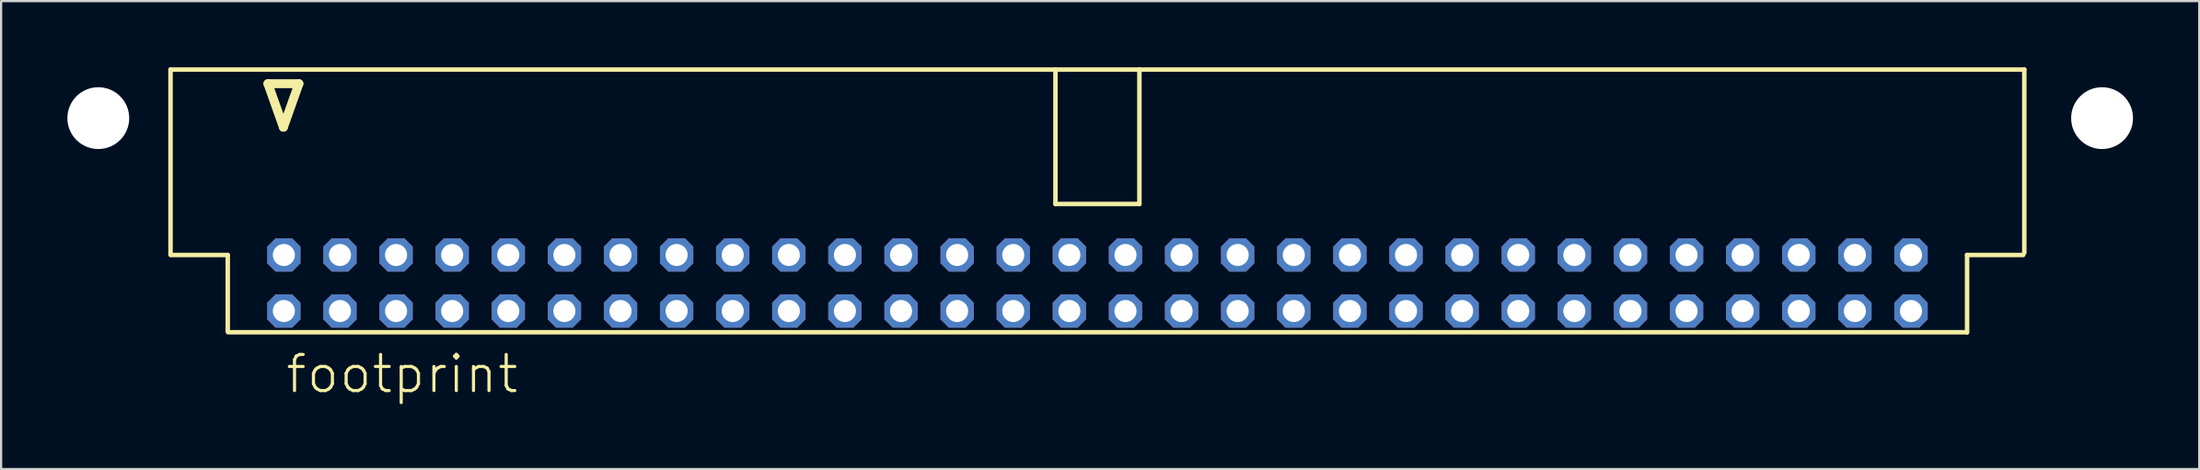
<source format=kicad_pcb>
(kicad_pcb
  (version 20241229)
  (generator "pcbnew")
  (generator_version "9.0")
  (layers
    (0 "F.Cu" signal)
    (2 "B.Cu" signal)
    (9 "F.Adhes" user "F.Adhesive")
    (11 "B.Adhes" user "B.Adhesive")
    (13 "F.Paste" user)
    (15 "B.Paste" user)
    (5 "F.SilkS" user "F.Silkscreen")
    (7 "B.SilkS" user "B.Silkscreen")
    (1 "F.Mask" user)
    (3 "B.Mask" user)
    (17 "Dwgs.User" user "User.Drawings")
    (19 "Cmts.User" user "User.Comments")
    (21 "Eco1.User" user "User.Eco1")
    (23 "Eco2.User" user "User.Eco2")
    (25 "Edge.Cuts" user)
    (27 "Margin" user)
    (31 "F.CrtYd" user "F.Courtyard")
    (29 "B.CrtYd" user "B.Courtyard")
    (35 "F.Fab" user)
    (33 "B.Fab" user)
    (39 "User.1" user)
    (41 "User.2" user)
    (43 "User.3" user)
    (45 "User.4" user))
  (footprint "footprint"
    (layer "F.Cu")
    (at 46.63 5.962)
    (property "Reference" "footprint" (at -36.83 8.89 0) (layer "F.SilkS") (effects (font (size 1.636 1.636) (thickness 0.142)) (justify left bottom)))
    (fp_line (start -41.96 -5.86) (end 41.96 -5.86) (stroke (width 0.203) (type solid)) (layer "F.SilkS"))
    (fp_line (start -41.96 2.54) (end -41.96 -5.86) (stroke (width 0.203) (type solid)) (layer "F.SilkS"))
    (fp_line (start -41.91 2.54) (end -39.37 2.54) (stroke (width 0.203) (type solid)) (layer "F.SilkS"))
    (fp_line (start -39.37 2.54) (end -39.37 5.98) (stroke (width 0.203) (type solid)) (layer "F.SilkS"))
    (fp_line (start -37.55 -5.22) (end -36.85 -3.25) (stroke (width 0.406) (type solid)) (layer "F.SilkS"))
    (fp_line (start -36.85 -3.25) (end -36.15 -5.22) (stroke (width 0.406) (type solid)) (layer "F.SilkS"))
    (fp_line (start -36.15 -5.22) (end -37.55 -5.22) (stroke (width 0.406) (type solid)) (layer "F.SilkS"))
    (fp_line (start -1.9 0.23) (end -1.9 -5.86) (stroke (width 0.203) (type solid)) (layer "F.SilkS"))
    (fp_line (start -1.9 0.23) (end 1.9 0.23) (stroke (width 0.203) (type solid)) (layer "F.SilkS"))
    (fp_line (start 1.9 0.23) (end 1.9 -5.86) (stroke (width 0.203) (type solid)) (layer "F.SilkS"))
    (fp_line (start 39.36 6.04) (end -39.36 6.04) (stroke (width 0.203) (type solid)) (layer "F.SilkS"))
    (fp_line (start 39.37 2.54) (end 39.37 6.05) (stroke (width 0.203) (type solid)) (layer "F.SilkS"))
    (fp_line (start 41.91 2.54) (end 39.37 2.54) (stroke (width 0.203) (type solid)) (layer "F.SilkS"))
    (fp_line (start 41.96 -5.86) (end 41.96 2.44) (stroke (width 0.203) (type solid)) (layer "F.SilkS"))
    (pad "" np_thru_hole circle (at -45.23 -3.66) (size 2.8 2.8) (drill 2.8) (layers "*.Cu" "*.Mask"))
    (pad "" np_thru_hole circle (at 45.48 -3.66) (size 2.8 2.8) (drill 2.8) (layers "*.Cu" "*.Mask"))
    (pad "1" thru_hole roundrect (at -36.83 5.08) (size 1.508 1.508) (drill 1) (layers "*.Cu" "*.Mask") (roundrect_rratio 0.25) (chamfer_ratio 0.25) (chamfer top_left top_right bottom_left bottom_right))
    (pad "2" thru_hole roundrect (at -36.83 2.54) (size 1.508 1.508) (drill 1) (layers "*.Cu" "*.Mask") (roundrect_rratio 0.25) (chamfer_ratio 0.25) (chamfer top_left top_right bottom_left bottom_right))
    (pad "3" thru_hole roundrect (at -34.29 5.08) (size 1.508 1.508) (drill 1) (layers "*.Cu" "*.Mask") (roundrect_rratio 0.25) (chamfer_ratio 0.25) (chamfer top_left top_right bottom_left bottom_right))
    (pad "4" thru_hole roundrect (at -34.29 2.54) (size 1.508 1.508) (drill 1) (layers "*.Cu" "*.Mask") (roundrect_rratio 0.25) (chamfer_ratio 0.25) (chamfer top_left top_right bottom_left bottom_right))
    (pad "5" thru_hole roundrect (at -31.75 5.08) (size 1.508 1.508) (drill 1) (layers "*.Cu" "*.Mask") (roundrect_rratio 0.25) (chamfer_ratio 0.25) (chamfer top_left top_right bottom_left bottom_right))
    (pad "6" thru_hole roundrect (at -31.75 2.54) (size 1.508 1.508) (drill 1) (layers "*.Cu" "*.Mask") (roundrect_rratio 0.25) (chamfer_ratio 0.25) (chamfer top_left top_right bottom_left bottom_right))
    (pad "7" thru_hole roundrect (at -29.21 5.08) (size 1.508 1.508) (drill 1) (layers "*.Cu" "*.Mask") (roundrect_rratio 0.25) (chamfer_ratio 0.25) (chamfer top_left top_right bottom_left bottom_right))
    (pad "8" thru_hole roundrect (at -29.21 2.54) (size 1.508 1.508) (drill 1) (layers "*.Cu" "*.Mask") (roundrect_rratio 0.25) (chamfer_ratio 0.25) (chamfer top_left top_right bottom_left bottom_right))
    (pad "9" thru_hole roundrect (at -26.67 5.08) (size 1.508 1.508) (drill 1) (layers "*.Cu" "*.Mask") (roundrect_rratio 0.25) (chamfer_ratio 0.25) (chamfer top_left top_right bottom_left bottom_right))
    (pad "10" thru_hole roundrect (at -26.67 2.54) (size 1.508 1.508) (drill 1) (layers "*.Cu" "*.Mask") (roundrect_rratio 0.25) (chamfer_ratio 0.25) (chamfer top_left top_right bottom_left bottom_right))
    (pad "11" thru_hole roundrect (at -24.13 5.08) (size 1.508 1.508) (drill 1) (layers "*.Cu" "*.Mask") (roundrect_rratio 0.25) (chamfer_ratio 0.25) (chamfer top_left top_right bottom_left bottom_right))
    (pad "12" thru_hole roundrect (at -24.13 2.54) (size 1.508 1.508) (drill 1) (layers "*.Cu" "*.Mask") (roundrect_rratio 0.25) (chamfer_ratio 0.25) (chamfer top_left top_right bottom_left bottom_right))
    (pad "13" thru_hole roundrect (at -21.59 5.08) (size 1.508 1.508) (drill 1) (layers "*.Cu" "*.Mask") (roundrect_rratio 0.25) (chamfer_ratio 0.25) (chamfer top_left top_right bottom_left bottom_right))
    (pad "14" thru_hole roundrect (at -21.59 2.54) (size 1.508 1.508) (drill 1) (layers "*.Cu" "*.Mask") (roundrect_rratio 0.25) (chamfer_ratio 0.25) (chamfer top_left top_right bottom_left bottom_right))
    (pad "15" thru_hole roundrect (at -19.05 5.08) (size 1.508 1.508) (drill 1) (layers "*.Cu" "*.Mask") (roundrect_rratio 0.25) (chamfer_ratio 0.25) (chamfer top_left top_right bottom_left bottom_right))
    (pad "16" thru_hole roundrect (at -19.05 2.54) (size 1.508 1.508) (drill 1) (layers "*.Cu" "*.Mask") (roundrect_rratio 0.25) (chamfer_ratio 0.25) (chamfer top_left top_right bottom_left bottom_right))
    (pad "17" thru_hole roundrect (at -16.51 5.08) (size 1.508 1.508) (drill 1) (layers "*.Cu" "*.Mask") (roundrect_rratio 0.25) (chamfer_ratio 0.25) (chamfer top_left top_right bottom_left bottom_right))
    (pad "18" thru_hole roundrect (at -16.51 2.54) (size 1.508 1.508) (drill 1) (layers "*.Cu" "*.Mask") (roundrect_rratio 0.25) (chamfer_ratio 0.25) (chamfer top_left top_right bottom_left bottom_right))
    (pad "19" thru_hole roundrect (at -13.97 5.08) (size 1.508 1.508) (drill 1) (layers "*.Cu" "*.Mask") (roundrect_rratio 0.25) (chamfer_ratio 0.25) (chamfer top_left top_right bottom_left bottom_right))
    (pad "20" thru_hole roundrect (at -13.97 2.54) (size 1.508 1.508) (drill 1) (layers "*.Cu" "*.Mask") (roundrect_rratio 0.25) (chamfer_ratio 0.25) (chamfer top_left top_right bottom_left bottom_right))
    (pad "21" thru_hole roundrect (at -11.43 5.08) (size 1.508 1.508) (drill 1) (layers "*.Cu" "*.Mask") (roundrect_rratio 0.25) (chamfer_ratio 0.25) (chamfer top_left top_right bottom_left bottom_right))
    (pad "22" thru_hole roundrect (at -11.43 2.54) (size 1.508 1.508) (drill 1) (layers "*.Cu" "*.Mask") (roundrect_rratio 0.25) (chamfer_ratio 0.25) (chamfer top_left top_right bottom_left bottom_right))
    (pad "23" thru_hole roundrect (at -8.89 5.08) (size 1.508 1.508) (drill 1) (layers "*.Cu" "*.Mask") (roundrect_rratio 0.25) (chamfer_ratio 0.25) (chamfer top_left top_right bottom_left bottom_right))
    (pad "24" thru_hole roundrect (at -8.89 2.54) (size 1.508 1.508) (drill 1) (layers "*.Cu" "*.Mask") (roundrect_rratio 0.25) (chamfer_ratio 0.25) (chamfer top_left top_right bottom_left bottom_right))
    (pad "25" thru_hole roundrect (at -6.35 5.08) (size 1.508 1.508) (drill 1) (layers "*.Cu" "*.Mask") (roundrect_rratio 0.25) (chamfer_ratio 0.25) (chamfer top_left top_right bottom_left bottom_right))
    (pad "26" thru_hole roundrect (at -6.35 2.54) (size 1.508 1.508) (drill 1) (layers "*.Cu" "*.Mask") (roundrect_rratio 0.25) (chamfer_ratio 0.25) (chamfer top_left top_right bottom_left bottom_right))
    (pad "27" thru_hole roundrect (at -3.81 5.08) (size 1.508 1.508) (drill 1) (layers "*.Cu" "*.Mask") (roundrect_rratio 0.25) (chamfer_ratio 0.25) (chamfer top_left top_right bottom_left bottom_right))
    (pad "28" thru_hole roundrect (at -3.81 2.54) (size 1.508 1.508) (drill 1) (layers "*.Cu" "*.Mask") (roundrect_rratio 0.25) (chamfer_ratio 0.25) (chamfer top_left top_right bottom_left bottom_right))
    (pad "29" thru_hole roundrect (at -1.27 5.08) (size 1.508 1.508) (drill 1) (layers "*.Cu" "*.Mask") (roundrect_rratio 0.25) (chamfer_ratio 0.25) (chamfer top_left top_right bottom_left bottom_right))
    (pad "30" thru_hole roundrect (at -1.27 2.54) (size 1.508 1.508) (drill 1) (layers "*.Cu" "*.Mask") (roundrect_rratio 0.25) (chamfer_ratio 0.25) (chamfer top_left top_right bottom_left bottom_right))
    (pad "31" thru_hole roundrect (at 1.27 5.08) (size 1.508 1.508) (drill 1) (layers "*.Cu" "*.Mask") (roundrect_rratio 0.25) (chamfer_ratio 0.25) (chamfer top_left top_right bottom_left bottom_right))
    (pad "32" thru_hole roundrect (at 1.27 2.54) (size 1.508 1.508) (drill 1) (layers "*.Cu" "*.Mask") (roundrect_rratio 0.25) (chamfer_ratio 0.25) (chamfer top_left top_right bottom_left bottom_right))
    (pad "33" thru_hole roundrect (at 3.81 5.08) (size 1.508 1.508) (drill 1) (layers "*.Cu" "*.Mask") (roundrect_rratio 0.25) (chamfer_ratio 0.25) (chamfer top_left top_right bottom_left bottom_right))
    (pad "34" thru_hole roundrect (at 3.81 2.54) (size 1.508 1.508) (drill 1) (layers "*.Cu" "*.Mask") (roundrect_rratio 0.25) (chamfer_ratio 0.25) (chamfer top_left top_right bottom_left bottom_right))
    (pad "35" thru_hole roundrect (at 6.35 5.08) (size 1.508 1.508) (drill 1) (layers "*.Cu" "*.Mask") (roundrect_rratio 0.25) (chamfer_ratio 0.25) (chamfer top_left top_right bottom_left bottom_right))
    (pad "36" thru_hole roundrect (at 6.35 2.54) (size 1.508 1.508) (drill 1) (layers "*.Cu" "*.Mask") (roundrect_rratio 0.25) (chamfer_ratio 0.25) (chamfer top_left top_right bottom_left bottom_right))
    (pad "37" thru_hole roundrect (at 8.89 5.08) (size 1.508 1.508) (drill 1) (layers "*.Cu" "*.Mask") (roundrect_rratio 0.25) (chamfer_ratio 0.25) (chamfer top_left top_right bottom_left bottom_right))
    (pad "38" thru_hole roundrect (at 8.89 2.54) (size 1.508 1.508) (drill 1) (layers "*.Cu" "*.Mask") (roundrect_rratio 0.25) (chamfer_ratio 0.25) (chamfer top_left top_right bottom_left bottom_right))
    (pad "39" thru_hole roundrect (at 11.43 5.08) (size 1.508 1.508) (drill 1) (layers "*.Cu" "*.Mask") (roundrect_rratio 0.25) (chamfer_ratio 0.25) (chamfer top_left top_right bottom_left bottom_right))
    (pad "40" thru_hole roundrect (at 11.43 2.54) (size 1.508 1.508) (drill 1) (layers "*.Cu" "*.Mask") (roundrect_rratio 0.25) (chamfer_ratio 0.25) (chamfer top_left top_right bottom_left bottom_right))
    (pad "41" thru_hole roundrect (at 13.97 5.08) (size 1.508 1.508) (drill 1) (layers "*.Cu" "*.Mask") (roundrect_rratio 0.25) (chamfer_ratio 0.25) (chamfer top_left top_right bottom_left bottom_right))
    (pad "42" thru_hole roundrect (at 13.97 2.54) (size 1.508 1.508) (drill 1) (layers "*.Cu" "*.Mask") (roundrect_rratio 0.25) (chamfer_ratio 0.25) (chamfer top_left top_right bottom_left bottom_right))
    (pad "43" thru_hole roundrect (at 16.51 5.08) (size 1.508 1.508) (drill 1) (layers "*.Cu" "*.Mask") (roundrect_rratio 0.25) (chamfer_ratio 0.25) (chamfer top_left top_right bottom_left bottom_right))
    (pad "44" thru_hole roundrect (at 16.51 2.54) (size 1.508 1.508) (drill 1) (layers "*.Cu" "*.Mask") (roundrect_rratio 0.25) (chamfer_ratio 0.25) (chamfer top_left top_right bottom_left bottom_right))
    (pad "45" thru_hole roundrect (at 19.05 5.08) (size 1.508 1.508) (drill 1) (layers "*.Cu" "*.Mask") (roundrect_rratio 0.25) (chamfer_ratio 0.25) (chamfer top_left top_right bottom_left bottom_right))
    (pad "46" thru_hole roundrect (at 19.05 2.54) (size 1.508 1.508) (drill 1) (layers "*.Cu" "*.Mask") (roundrect_rratio 0.25) (chamfer_ratio 0.25) (chamfer top_left top_right bottom_left bottom_right))
    (pad "47" thru_hole roundrect (at 21.59 5.08) (size 1.508 1.508) (drill 1) (layers "*.Cu" "*.Mask") (roundrect_rratio 0.25) (chamfer_ratio 0.25) (chamfer top_left top_right bottom_left bottom_right))
    (pad "48" thru_hole roundrect (at 21.59 2.54) (size 1.508 1.508) (drill 1) (layers "*.Cu" "*.Mask") (roundrect_rratio 0.25) (chamfer_ratio 0.25) (chamfer top_left top_right bottom_left bottom_right))
    (pad "49" thru_hole roundrect (at 24.13 5.08) (size 1.508 1.508) (drill 1) (layers "*.Cu" "*.Mask") (roundrect_rratio 0.25) (chamfer_ratio 0.25) (chamfer top_left top_right bottom_left bottom_right))
    (pad "50" thru_hole roundrect (at 24.13 2.54) (size 1.508 1.508) (drill 1) (layers "*.Cu" "*.Mask") (roundrect_rratio 0.25) (chamfer_ratio 0.25) (chamfer top_left top_right bottom_left bottom_right))
    (pad "51" thru_hole roundrect (at 26.67 5.08) (size 1.508 1.508) (drill 1) (layers "*.Cu" "*.Mask") (roundrect_rratio 0.25) (chamfer_ratio 0.25) (chamfer top_left top_right bottom_left bottom_right))
    (pad "52" thru_hole roundrect (at 26.67 2.54) (size 1.508 1.508) (drill 1) (layers "*.Cu" "*.Mask") (roundrect_rratio 0.25) (chamfer_ratio 0.25) (chamfer top_left top_right bottom_left bottom_right))
    (pad "53" thru_hole roundrect (at 29.21 5.08) (size 1.508 1.508) (drill 1) (layers "*.Cu" "*.Mask") (roundrect_rratio 0.25) (chamfer_ratio 0.25) (chamfer top_left top_right bottom_left bottom_right))
    (pad "54" thru_hole roundrect (at 29.21 2.54) (size 1.508 1.508) (drill 1) (layers "*.Cu" "*.Mask") (roundrect_rratio 0.25) (chamfer_ratio 0.25) (chamfer top_left top_right bottom_left bottom_right))
    (pad "55" thru_hole roundrect (at 31.75 5.08) (size 1.508 1.508) (drill 1) (layers "*.Cu" "*.Mask") (roundrect_rratio 0.25) (chamfer_ratio 0.25) (chamfer top_left top_right bottom_left bottom_right))
    (pad "56" thru_hole roundrect (at 31.75 2.54) (size 1.508 1.508) (drill 1) (layers "*.Cu" "*.Mask") (roundrect_rratio 0.25) (chamfer_ratio 0.25) (chamfer top_left top_right bottom_left bottom_right))
    (pad "57" thru_hole roundrect (at 34.29 5.08) (size 1.508 1.508) (drill 1) (layers "*.Cu" "*.Mask") (roundrect_rratio 0.25) (chamfer_ratio 0.25) (chamfer top_left top_right bottom_left bottom_right))
    (pad "58" thru_hole roundrect (at 34.29 2.54) (size 1.508 1.508) (drill 1) (layers "*.Cu" "*.Mask") (roundrect_rratio 0.25) (chamfer_ratio 0.25) (chamfer top_left top_right bottom_left bottom_right))
    (pad "59" thru_hole roundrect (at 36.83 5.08) (size 1.508 1.508) (drill 1) (layers "*.Cu" "*.Mask") (roundrect_rratio 0.25) (chamfer_ratio 0.25) (chamfer top_left top_right bottom_left bottom_right))
    (pad "60" thru_hole roundrect (at 36.83 2.54) (size 1.508 1.508) (drill 1) (layers "*.Cu" "*.Mask") (roundrect_rratio 0.25) (chamfer_ratio 0.25) (chamfer top_left top_right bottom_left bottom_right)))
  (gr_rect
    (start -3 -3)
    (end 96.51 18.202)
    (stroke (width 0.1) (type default))
    (fill no)
    (layer "Edge.Cuts")))
</source>
